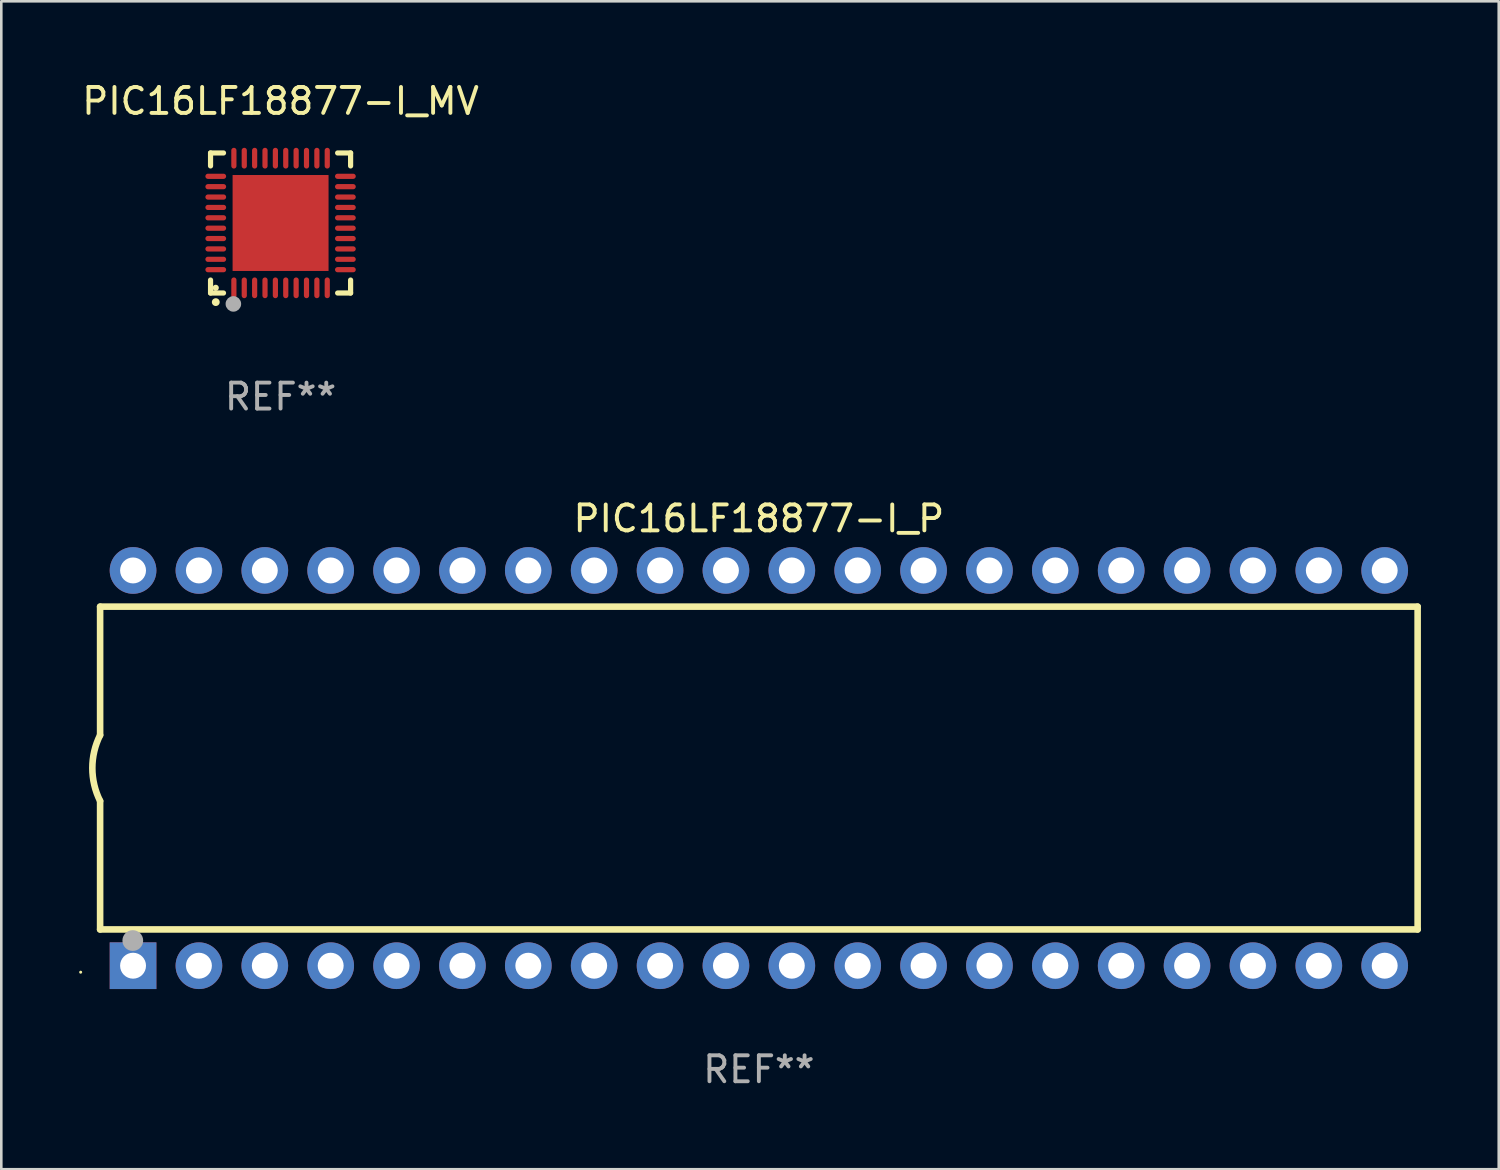
<source format=kicad_pcb>
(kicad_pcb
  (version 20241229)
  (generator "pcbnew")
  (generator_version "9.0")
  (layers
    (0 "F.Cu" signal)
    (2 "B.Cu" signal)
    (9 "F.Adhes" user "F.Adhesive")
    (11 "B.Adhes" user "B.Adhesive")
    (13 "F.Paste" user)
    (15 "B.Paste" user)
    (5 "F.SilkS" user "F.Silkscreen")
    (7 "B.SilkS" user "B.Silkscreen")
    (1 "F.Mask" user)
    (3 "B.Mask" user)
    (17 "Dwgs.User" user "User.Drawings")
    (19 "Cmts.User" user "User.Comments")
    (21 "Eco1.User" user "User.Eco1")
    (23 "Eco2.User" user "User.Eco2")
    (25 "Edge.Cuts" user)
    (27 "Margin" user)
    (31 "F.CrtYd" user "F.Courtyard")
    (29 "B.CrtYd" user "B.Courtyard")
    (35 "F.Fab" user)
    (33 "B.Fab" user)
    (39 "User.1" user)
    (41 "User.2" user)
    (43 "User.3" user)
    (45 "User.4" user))
  (footprint "PIC16LF18877-I_MV"
    (layer "F.Cu")
    (at 7.768 5.548)
    (property "Reference" "PIC16LF18877-I_MV" (at 0 -4.7 0) (layer "F.SilkS") (effects (font (size 1 1) (thickness 0.15))))
    (attr through_hole)
    (fp_line (start -2.7 -2.7) (end -2.7 -2.2) (stroke (width 0.2) (type solid)) (layer "F.SilkS"))
    (fp_line (start -2.7 2.7) (end -2.7 2.2) (stroke (width 0.2) (type solid)) (layer "F.SilkS"))
    (fp_line (start -2.2 -2.7) (end -2.7 -2.7) (stroke (width 0.2) (type solid)) (layer "F.SilkS"))
    (fp_line (start -2.2 2.7) (end -2.7 2.7) (stroke (width 0.2) (type solid)) (layer "F.SilkS"))
    (fp_line (start 2.7 -2.7) (end 2.2 -2.7) (stroke (width 0.2) (type solid)) (layer "F.SilkS"))
    (fp_line (start 2.7 -2.2) (end 2.7 -2.7) (stroke (width 0.2) (type solid)) (layer "F.SilkS"))
    (fp_line (start 2.7 2.2) (end 2.7 2.7) (stroke (width 0.2) (type solid)) (layer "F.SilkS"))
    (fp_line (start 2.7 2.7) (end 2.2 2.7) (stroke (width 0.2) (type solid)) (layer "F.SilkS"))
    (fp_arc (start -2.499365 3.050546) (mid -2.498095 3.050541) (end -2.496825 3.050546) (stroke (width 0.3) (type solid)) (layer "F.SilkS"))
    (fp_circle (center -2.5 2.5) (end -2.44 2.5) (stroke (width 0.12) (type solid)) (fill no) (layer "F.SilkS"))
    (fp_circle (center -1.82 3.12) (end -1.67 3.12) (stroke (width 0.3) (type solid)) (fill no) (layer "F.Fab"))
    (fp_text user "REF**" (at 0 6.7 0) (layer "F.Fab") (effects (font (size 1 1) (thickness 0.15))))
    (pad "1" smd oval (at -1.8 2.499) (size 0.2 0.8) (layers "F.Cu" "F.Mask" "F.Paste"))
    (pad "2" smd oval (at -1.4 2.499) (size 0.2 0.8) (layers "F.Cu" "F.Mask" "F.Paste"))
    (pad "3" smd oval (at -1 2.499) (size 0.2 0.8) (layers "F.Cu" "F.Mask" "F.Paste"))
    (pad "4" smd oval (at -0.6 2.499) (size 0.2 0.8) (layers "F.Cu" "F.Mask" "F.Paste"))
    (pad "5" smd oval (at -0.2 2.499) (size 0.2 0.8) (layers "F.Cu" "F.Mask" "F.Paste"))
    (pad "6" smd oval (at 0.2 2.499) (size 0.2 0.8) (layers "F.Cu" "F.Mask" "F.Paste"))
    (pad "7" smd oval (at 0.6 2.499) (size 0.2 0.8) (layers "F.Cu" "F.Mask" "F.Paste"))
    (pad "8" smd oval (at 1 2.499) (size 0.2 0.8) (layers "F.Cu" "F.Mask" "F.Paste"))
    (pad "9" smd oval (at 1.4 2.499) (size 0.2 0.8) (layers "F.Cu" "F.Mask" "F.Paste"))
    (pad "10" smd oval (at 1.8 2.499) (size 0.2 0.8) (layers "F.Cu" "F.Mask" "F.Paste"))
    (pad "11" smd oval (at 2.499 1.8) (size 0.8 0.2) (layers "F.Cu" "F.Mask" "F.Paste"))
    (pad "12" smd oval (at 2.499 1.4) (size 0.8 0.2) (layers "F.Cu" "F.Mask" "F.Paste"))
    (pad "13" smd oval (at 2.499 1) (size 0.8 0.2) (layers "F.Cu" "F.Mask" "F.Paste"))
    (pad "14" smd oval (at 2.499 0.6) (size 0.8 0.2) (layers "F.Cu" "F.Mask" "F.Paste"))
    (pad "15" smd oval (at 2.499 0.2) (size 0.8 0.2) (layers "F.Cu" "F.Mask" "F.Paste"))
    (pad "16" smd oval (at 2.499 -0.2) (size 0.8 0.2) (layers "F.Cu" "F.Mask" "F.Paste"))
    (pad "17" smd oval (at 2.499 -0.6) (size 0.8 0.2) (layers "F.Cu" "F.Mask" "F.Paste"))
    (pad "18" smd oval (at 2.499 -1) (size 0.8 0.2) (layers "F.Cu" "F.Mask" "F.Paste"))
    (pad "19" smd oval (at 2.499 -1.4) (size 0.8 0.2) (layers "F.Cu" "F.Mask" "F.Paste"))
    (pad "20" smd oval (at 2.499 -1.8) (size 0.8 0.2) (layers "F.Cu" "F.Mask" "F.Paste"))
    (pad "21" smd oval (at 1.8 -2.499) (size 0.2 0.8) (layers "F.Cu" "F.Mask" "F.Paste"))
    (pad "22" smd oval (at 1.4 -2.499) (size 0.2 0.8) (layers "F.Cu" "F.Mask" "F.Paste"))
    (pad "23" smd oval (at 1 -2.499) (size 0.2 0.8) (layers "F.Cu" "F.Mask" "F.Paste"))
    (pad "24" smd oval (at 0.6 -2.499) (size 0.2 0.8) (layers "F.Cu" "F.Mask" "F.Paste"))
    (pad "25" smd oval (at 0.2 -2.499) (size 0.2 0.8) (layers "F.Cu" "F.Mask" "F.Paste"))
    (pad "26" smd oval (at -0.2 -2.499) (size 0.2 0.8) (layers "F.Cu" "F.Mask" "F.Paste"))
    (pad "27" smd oval (at -0.6 -2.499) (size 0.2 0.8) (layers "F.Cu" "F.Mask" "F.Paste"))
    (pad "28" smd oval (at -1 -2.499) (size 0.2 0.8) (layers "F.Cu" "F.Mask" "F.Paste"))
    (pad "29" smd oval (at -1.4 -2.499) (size 0.2 0.8) (layers "F.Cu" "F.Mask" "F.Paste"))
    (pad "30" smd oval (at -1.8 -2.499) (size 0.2 0.8) (layers "F.Cu" "F.Mask" "F.Paste"))
    (pad "31" smd oval (at -2.499 -1.8) (size 0.8 0.2) (layers "F.Cu" "F.Mask" "F.Paste"))
    (pad "32" smd oval (at -2.499 -1.4) (size 0.8 0.2) (layers "F.Cu" "F.Mask" "F.Paste"))
    (pad "33" smd oval (at -2.499 -1) (size 0.8 0.2) (layers "F.Cu" "F.Mask" "F.Paste"))
    (pad "34" smd oval (at -2.499 -0.6) (size 0.8 0.2) (layers "F.Cu" "F.Mask" "F.Paste"))
    (pad "35" smd oval (at -2.499 -0.2) (size 0.8 0.2) (layers "F.Cu" "F.Mask" "F.Paste"))
    (pad "36" smd oval (at -2.499 0.2) (size 0.8 0.2) (layers "F.Cu" "F.Mask" "F.Paste"))
    (pad "37" smd oval (at -2.499 0.6) (size 0.8 0.2) (layers "F.Cu" "F.Mask" "F.Paste"))
    (pad "38" smd oval (at -2.499 1) (size 0.8 0.2) (layers "F.Cu" "F.Mask" "F.Paste"))
    (pad "39" smd oval (at -2.499 1.4) (size 0.8 0.2) (layers "F.Cu" "F.Mask" "F.Paste"))
    (pad "40" smd oval (at -2.499 1.8) (size 0.8 0.2) (layers "F.Cu" "F.Mask" "F.Paste"))
    (pad "41" smd rect (at 0 0) (size 3.7 3.7) (layers "F.Cu" "F.Mask" "F.Paste")))
  (footprint "PIC16LF18877-I_P"
    (layer "F.Cu")
    (at 26.21 26.565)
    (property "Reference" "PIC16LF18877-I_P" (at 0 -9.62 0) (layer "F.SilkS") (effects (font (size 1 1) (thickness 0.15))))
    (attr through_hole)
    (fp_line (start -25.4 -6.224) (end -25.4 -1.271) (stroke (width 0.254) (type solid)) (layer "F.SilkS"))
    (fp_line (start -25.4 -6.224) (end 25.4 -6.224) (stroke (width 0.254) (type solid)) (layer "F.SilkS"))
    (fp_line (start -25.4 1.269) (end -25.4 6.222) (stroke (width 0.254) (type solid)) (layer "F.SilkS"))
    (fp_line (start -25.4 6.222) (end 25.4 6.222) (stroke (width 0.254) (type solid)) (layer "F.SilkS"))
    (fp_line (start 25.4 6.222) (end 25.4 -6.224) (stroke (width 0.254) (type solid)) (layer "F.SilkS"))
    (fp_arc (start -25.4 1.269241) (mid -25.699807 -0.000762) (end -25.4 -1.270765) (stroke (width 0.254001) (type solid)) (layer "F.SilkS"))
    (fp_circle (center -26.15 7.87) (end -26.12 7.87) (stroke (width 0.06) (type solid)) (fill no) (layer "F.SilkS"))
    (fp_circle (center -24.14 6.65) (end -23.94 6.65) (stroke (width 0.4) (type solid)) (fill no) (layer "F.Fab"))
    (fp_text user "REF**" (at 0 11.62 0) (layer "F.Fab") (effects (font (size 1 1) (thickness 0.15))))
    (pad "1" thru_hole rect (at -24.13 7.62 90) (size 1.8 1.8) (drill 1) (layers "*.Cu" "*.Mask"))
    (pad "2" thru_hole circle (at -21.59 7.62) (size 1.8 1.8) (drill 1) (layers "*.Cu" "*.Mask"))
    (pad "3" thru_hole circle (at -19.05 7.62) (size 1.8 1.8) (drill 1) (layers "*.Cu" "*.Mask"))
    (pad "4" thru_hole circle (at -16.51 7.62) (size 1.8 1.8) (drill 1) (layers "*.Cu" "*.Mask"))
    (pad "5" thru_hole circle (at -13.97 7.62) (size 1.8 1.8) (drill 1) (layers "*.Cu" "*.Mask"))
    (pad "6" thru_hole circle (at -11.43 7.62) (size 1.8 1.8) (drill 1) (layers "*.Cu" "*.Mask"))
    (pad "7" thru_hole circle (at -8.89 7.62) (size 1.8 1.8) (drill 1) (layers "*.Cu" "*.Mask"))
    (pad "8" thru_hole circle (at -6.35 7.62) (size 1.8 1.8) (drill 1) (layers "*.Cu" "*.Mask"))
    (pad "9" thru_hole circle (at -3.81 7.62) (size 1.8 1.8) (drill 1) (layers "*.Cu" "*.Mask"))
    (pad "10" thru_hole circle (at -1.27 7.62) (size 1.8 1.8) (drill 1) (layers "*.Cu" "*.Mask"))
    (pad "11" thru_hole circle (at 1.27 7.62) (size 1.8 1.8) (drill 1) (layers "*.Cu" "*.Mask"))
    (pad "12" thru_hole circle (at 3.81 7.62) (size 1.8 1.8) (drill 1) (layers "*.Cu" "*.Mask"))
    (pad "13" thru_hole circle (at 6.35 7.62) (size 1.8 1.8) (drill 1) (layers "*.Cu" "*.Mask"))
    (pad "14" thru_hole circle (at 8.89 7.62) (size 1.8 1.8) (drill 1) (layers "*.Cu" "*.Mask"))
    (pad "15" thru_hole circle (at 11.43 7.62) (size 1.8 1.8) (drill 1) (layers "*.Cu" "*.Mask"))
    (pad "16" thru_hole circle (at 13.97 7.62) (size 1.8 1.8) (drill 1) (layers "*.Cu" "*.Mask"))
    (pad "17" thru_hole circle (at 16.51 7.62) (size 1.8 1.8) (drill 1) (layers "*.Cu" "*.Mask"))
    (pad "18" thru_hole circle (at 19.05 7.62) (size 1.8 1.8) (drill 1) (layers "*.Cu" "*.Mask"))
    (pad "19" thru_hole circle (at 21.59 7.62) (size 1.8 1.8) (drill 1) (layers "*.Cu" "*.Mask"))
    (pad "20" thru_hole circle (at 24.13 7.62) (size 1.8 1.8) (drill 1) (layers "*.Cu" "*.Mask"))
    (pad "21" thru_hole circle (at 24.13 -7.62) (size 1.8 1.8) (drill 1) (layers "*.Cu" "*.Mask"))
    (pad "22" thru_hole circle (at 21.59 -7.62) (size 1.8 1.8) (drill 1) (layers "*.Cu" "*.Mask"))
    (pad "23" thru_hole circle (at 19.05 -7.62) (size 1.8 1.8) (drill 1) (layers "*.Cu" "*.Mask"))
    (pad "24" thru_hole circle (at 16.51 -7.62) (size 1.8 1.8) (drill 1) (layers "*.Cu" "*.Mask"))
    (pad "25" thru_hole circle (at 13.97 -7.62) (size 1.8 1.8) (drill 1) (layers "*.Cu" "*.Mask"))
    (pad "26" thru_hole circle (at 11.43 -7.62) (size 1.8 1.8) (drill 1) (layers "*.Cu" "*.Mask"))
    (pad "27" thru_hole circle (at 8.89 -7.62) (size 1.8 1.8) (drill 1) (layers "*.Cu" "*.Mask"))
    (pad "28" thru_hole circle (at 6.35 -7.62) (size 1.8 1.8) (drill 1) (layers "*.Cu" "*.Mask"))
    (pad "29" thru_hole circle (at 3.81 -7.62) (size 1.8 1.8) (drill 1) (layers "*.Cu" "*.Mask"))
    (pad "30" thru_hole circle (at 1.27 -7.62) (size 1.8 1.8) (drill 1) (layers "*.Cu" "*.Mask"))
    (pad "31" thru_hole circle (at -1.27 -7.62) (size 1.8 1.8) (drill 1) (layers "*.Cu" "*.Mask"))
    (pad "32" thru_hole circle (at -3.81 -7.62) (size 1.8 1.8) (drill 1) (layers "*.Cu" "*.Mask"))
    (pad "33" thru_hole circle (at -6.35 -7.62) (size 1.8 1.8) (drill 1) (layers "*.Cu" "*.Mask"))
    (pad "34" thru_hole circle (at -8.89 -7.62) (size 1.8 1.8) (drill 1) (layers "*.Cu" "*.Mask"))
    (pad "35" thru_hole circle (at -11.43 -7.62) (size 1.8 1.8) (drill 1) (layers "*.Cu" "*.Mask"))
    (pad "36" thru_hole circle (at -13.97 -7.62) (size 1.8 1.8) (drill 1) (layers "*.Cu" "*.Mask"))
    (pad "37" thru_hole circle (at -16.51 -7.62) (size 1.8 1.8) (drill 1) (layers "*.Cu" "*.Mask"))
    (pad "38" thru_hole circle (at -19.05 -7.62) (size 1.8 1.8) (drill 1) (layers "*.Cu" "*.Mask"))
    (pad "39" thru_hole circle (at -21.59 -7.62) (size 1.8 1.8) (drill 1) (layers "*.Cu" "*.Mask"))
    (pad "40" thru_hole circle (at -24.13 -7.62) (size 1.8 1.8) (drill 1) (layers "*.Cu" "*.Mask")))
  (gr_rect
    (start -3 -3)
    (end 54.737 42.033)
    (stroke (width 0.1) (type default))
    (fill no)
    (layer "Edge.Cuts")))
</source>
